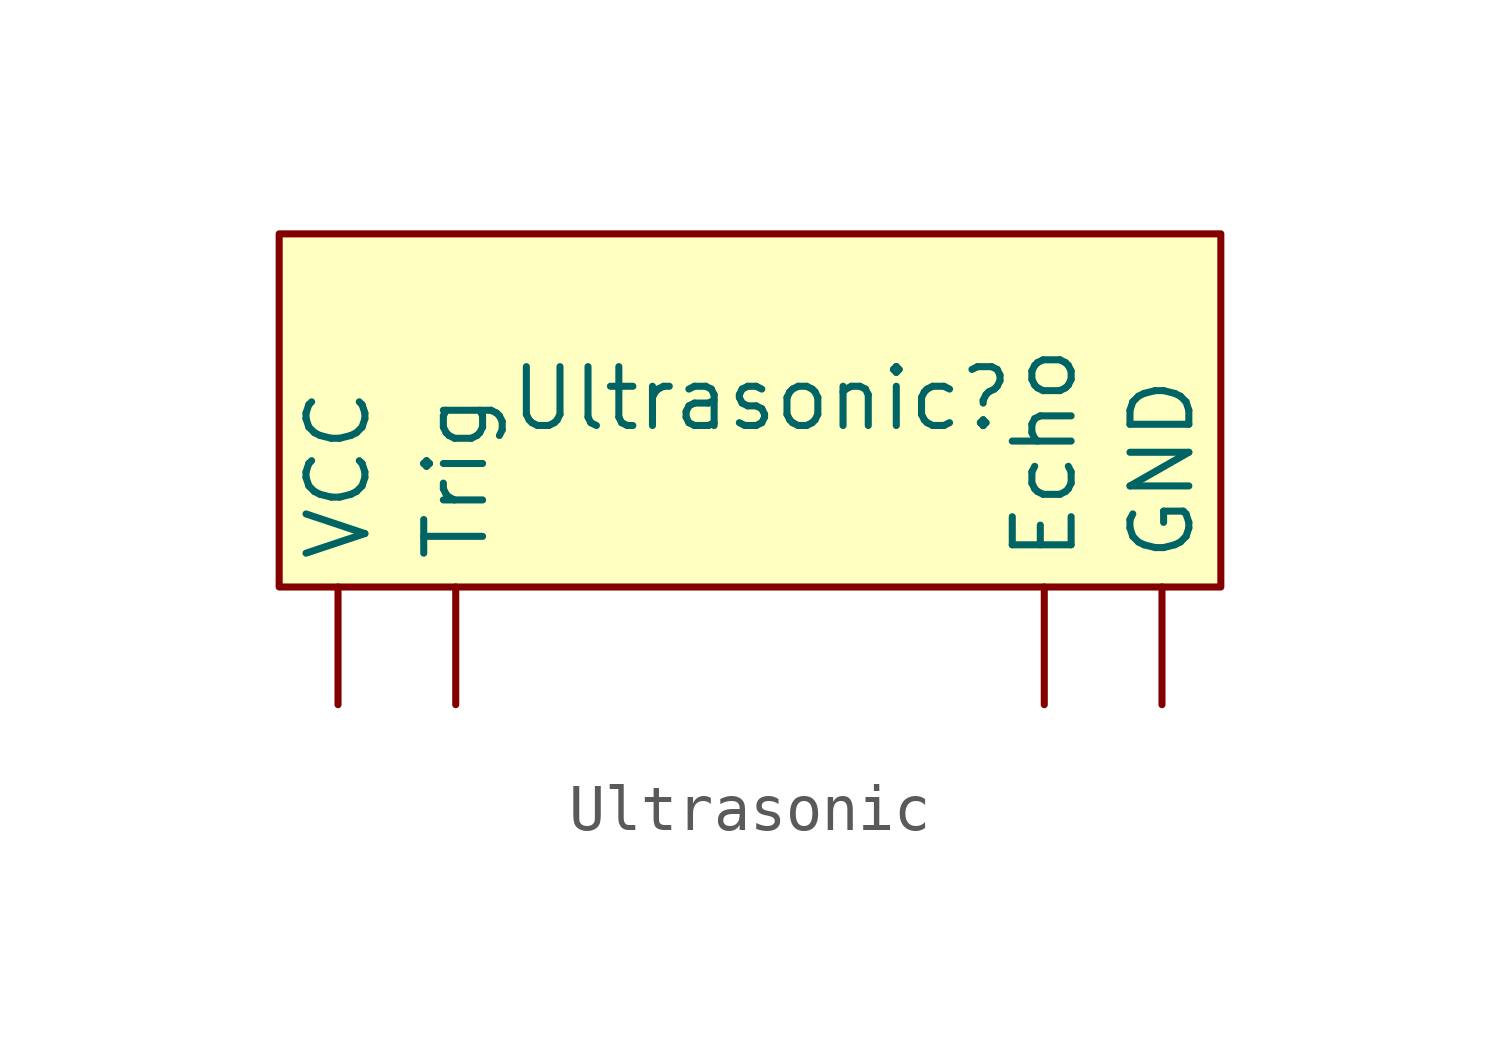
<source format=kicad_sym>
(kicad_symbol_lib
  (version 20231120)
  (generator "kicad_symbol_editor")
  (generator_version "8.0")
  (symbol "Ultrasonic"
    (property "Reference" "Ultrasonic"
      (at 1.524 0.254 0)
      (effects (font (size 1.27 1.27))))
    (property "Value" ""
      (at 0 0 0)
      (effects (font (size 1.27 1.27))))
    (symbol "Ultrasonic_0_1"
      (rectangle (start -8.89 3.81) (end 11.43 -3.81) (stroke (width 0) (type default)) (fill (type background))))
    (symbol "Ultrasonic_1_1"
      (pin input line (at 7.62 -6.35 90) (length 2.54) (name "Echo" (effects (font (size 1.27 1.27)))) (number "" (effects (font (size 1.27 1.27)))))
      (pin input line (at 10.16 -6.35 90) (length 2.54) (name "GND" (effects (font (size 1.27 1.27)))) (number "" (effects (font (size 1.27 1.27)))))
      (pin input line (at -5.08 -6.35 90) (length 2.54) (name "Trig" (effects (font (size 1.27 1.27)))) (number "" (effects (font (size 1.27 1.27)))))
      (pin input line (at -7.62 -6.35 90) (length 2.54) (name "VCC" (effects (font (size 1.27 1.27)))) (number "" (effects (font (size 1.27 1.27))))))))
</source>
